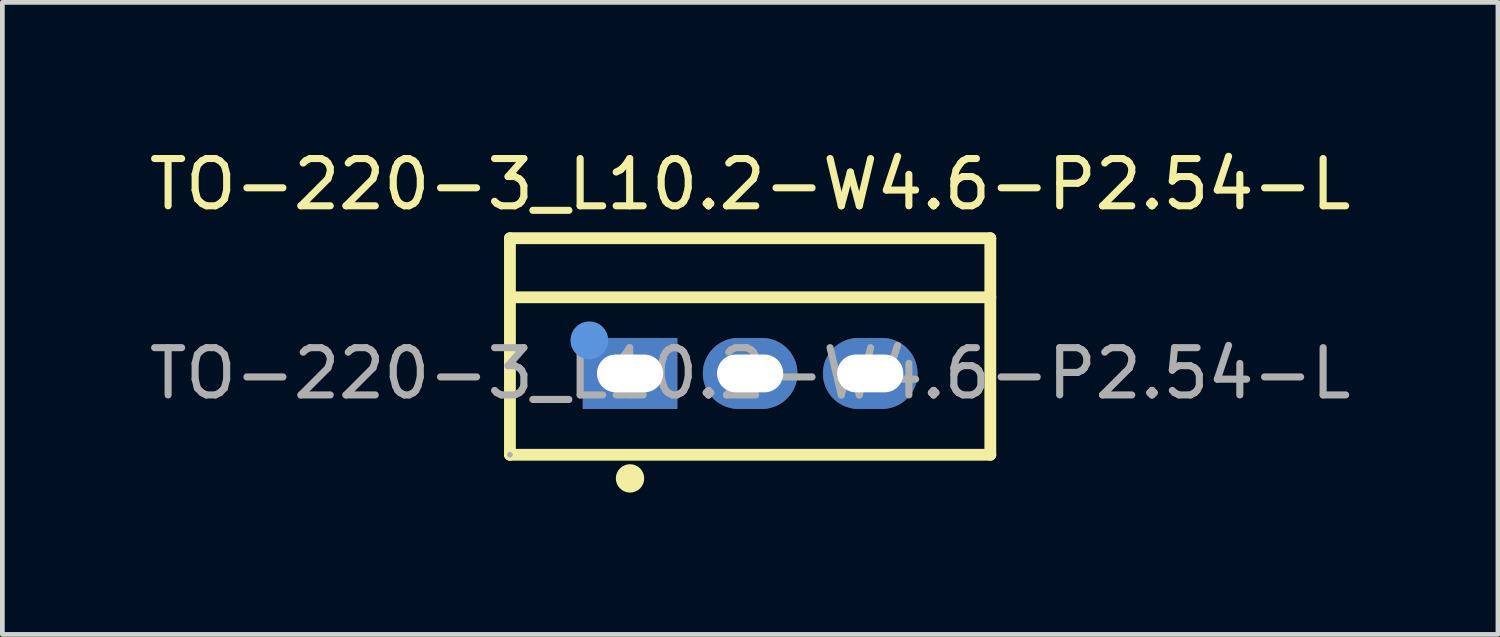
<source format=kicad_pcb>
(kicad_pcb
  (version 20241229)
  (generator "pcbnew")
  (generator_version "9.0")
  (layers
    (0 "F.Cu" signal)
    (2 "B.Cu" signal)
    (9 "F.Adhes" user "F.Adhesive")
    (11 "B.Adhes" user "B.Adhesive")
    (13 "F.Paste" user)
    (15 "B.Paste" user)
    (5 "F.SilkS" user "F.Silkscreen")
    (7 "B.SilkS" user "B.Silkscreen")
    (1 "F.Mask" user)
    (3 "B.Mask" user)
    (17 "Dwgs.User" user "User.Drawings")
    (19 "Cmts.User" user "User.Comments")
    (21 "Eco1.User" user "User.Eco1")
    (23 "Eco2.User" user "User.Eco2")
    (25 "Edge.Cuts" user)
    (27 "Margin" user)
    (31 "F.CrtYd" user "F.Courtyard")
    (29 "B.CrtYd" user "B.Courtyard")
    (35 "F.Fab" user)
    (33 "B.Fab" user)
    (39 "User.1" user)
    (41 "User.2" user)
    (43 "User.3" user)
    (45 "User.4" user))
  (footprint "TO-220-3_L10.2-W4.6-P2.54-L"
    (layer "F.Cu")
    (at 12.815 4.848)
    (property "Reference" "TO-220-3_L10.2-W4.6-P2.54-L" (at 0 -4 0) (layer "F.SilkS") (effects (font (size 1 1) (thickness 0.15))))
    (attr through_hole)
    (fp_line (start -5.08 -2.86) (end 5.08 -2.86) (stroke (width 0.25) (type solid)) (layer "F.SilkS"))
    (fp_line (start -5.08 -1.61) (end 5.08 -1.61) (stroke (width 0.25) (type solid)) (layer "F.SilkS"))
    (fp_line (start -5.08 1.72) (end -5.08 -2.86) (stroke (width 0.25) (type solid)) (layer "F.SilkS"))
    (fp_line (start 5.08 -2.86) (end 5.08 1.72) (stroke (width 0.25) (type solid)) (layer "F.SilkS"))
    (fp_line (start 5.08 1.72) (end -5.08 1.72) (stroke (width 0.25) (type solid)) (layer "F.SilkS"))
    (fp_circle (center -2.54 2.22) (end -2.39 2.22) (stroke (width 0.3) (type solid)) (fill no) (layer "F.SilkS"))
    (fp_circle (center -3.4 -0.7) (end -3.2 -0.7) (stroke (width 0.4) (type solid)) (fill no) (layer "Cmts.User"))
    (fp_circle (center -5.08 1.72) (end -5.05 1.72) (stroke (width 0.06) (type solid)) (fill no) (layer "F.Fab"))
    (fp_text user "${REFERENCE}" (at 0 0 0) (layer "F.Fab") (effects (font (size 1 1) (thickness 0.15))))
    (pad "1" thru_hole rect (at -2.54 0) (size 2 1.5) (drill oval 1.4 0.8) (layers "*.Cu" "*.Mask"))
    (pad "2" thru_hole oval (at 0 0) (size 2 1.5) (drill oval 1.4 0.8) (layers "*.Cu" "*.Mask"))
    (pad "3" thru_hole oval (at 2.54 0) (size 2 1.5) (drill oval 1.4 0.8) (layers "*.Cu" "*.Mask")))
  (gr_rect
    (start -3 -3)
    (end 28.631 10.368)
    (stroke (width 0.1) (type default))
    (fill no)
    (layer "Edge.Cuts")))
</source>
